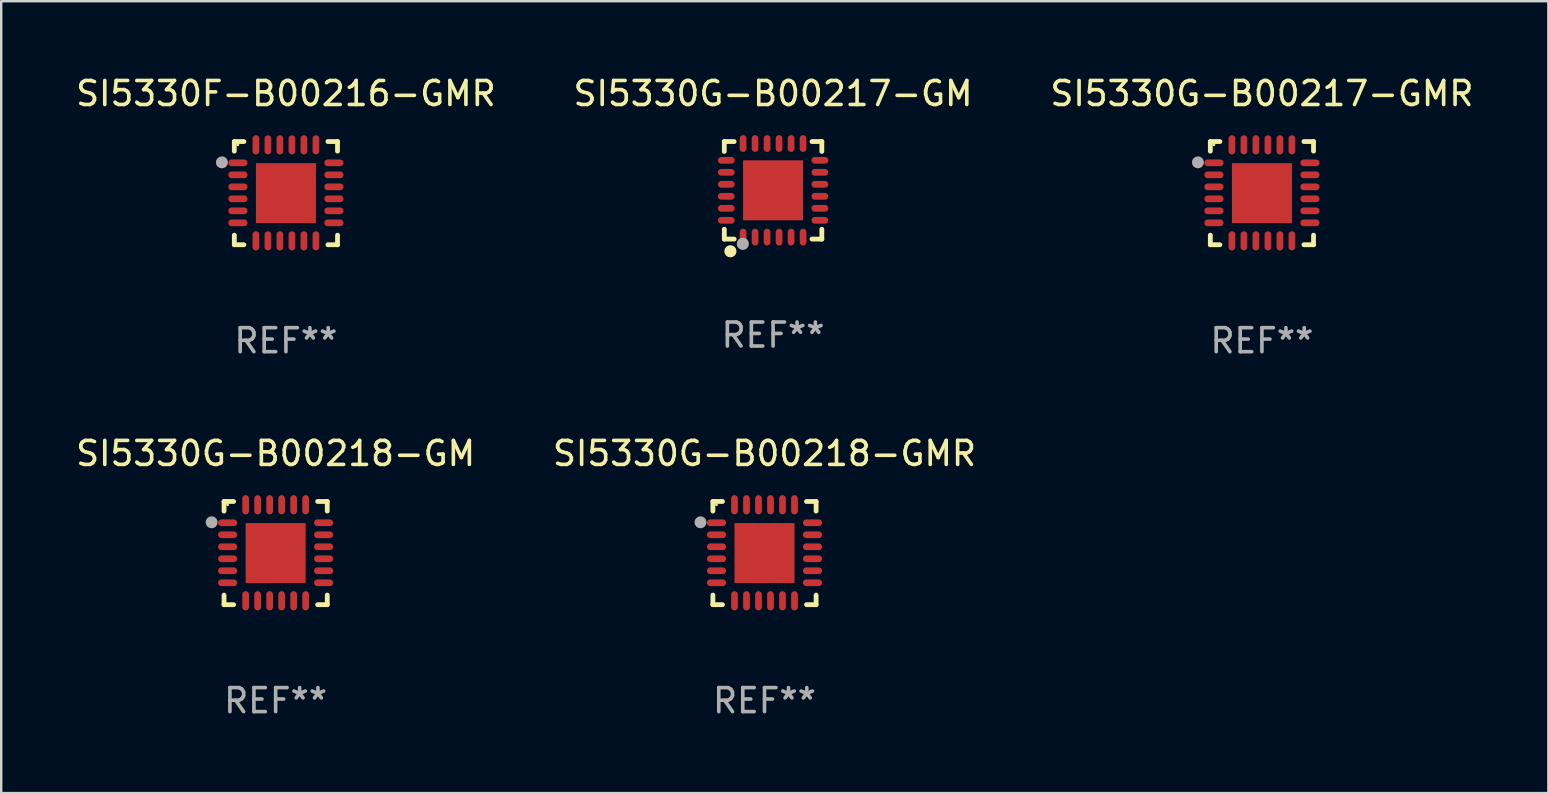
<source format=kicad_pcb>
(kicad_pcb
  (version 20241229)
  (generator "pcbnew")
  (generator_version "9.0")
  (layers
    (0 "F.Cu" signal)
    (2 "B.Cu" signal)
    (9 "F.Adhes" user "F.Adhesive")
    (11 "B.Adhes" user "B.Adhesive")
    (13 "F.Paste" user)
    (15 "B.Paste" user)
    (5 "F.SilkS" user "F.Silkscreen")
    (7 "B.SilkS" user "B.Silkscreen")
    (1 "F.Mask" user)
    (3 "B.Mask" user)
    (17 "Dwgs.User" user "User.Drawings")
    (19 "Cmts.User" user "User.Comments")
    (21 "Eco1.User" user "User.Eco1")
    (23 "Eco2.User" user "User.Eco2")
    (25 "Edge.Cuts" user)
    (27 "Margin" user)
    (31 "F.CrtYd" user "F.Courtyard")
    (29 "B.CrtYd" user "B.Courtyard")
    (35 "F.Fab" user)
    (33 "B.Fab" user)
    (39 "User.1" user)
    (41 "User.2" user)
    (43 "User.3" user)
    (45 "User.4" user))
  (footprint "SI5330G-B00218-GMR"
    (layer "F.Cu")
    (at 28.804 19.995)
    (property "Reference" "SI5330G-B00218-GMR" (at 0 -4.15 0) (layer "F.SilkS") (effects (font (size 1 1) (thickness 0.15))))
    (attr through_hole)
    (fp_line (start -2.15 -2.15) (end -1.75 -2.15) (stroke (width 0.2) (type solid)) (layer "F.SilkS"))
    (fp_line (start -2.15 -1.75) (end -2.15 -2.15) (stroke (width 0.2) (type solid)) (layer "F.SilkS"))
    (fp_line (start -2.15 2.15) (end -2.15 1.75) (stroke (width 0.2) (type solid)) (layer "F.SilkS"))
    (fp_line (start -1.75 2.15) (end -2.15 2.15) (stroke (width 0.2) (type solid)) (layer "F.SilkS"))
    (fp_line (start 1.75 -2.15) (end 2.15 -2.15) (stroke (width 0.2) (type solid)) (layer "F.SilkS"))
    (fp_line (start 1.75 2.15) (end 2.15 2.15) (stroke (width 0.2) (type solid)) (layer "F.SilkS"))
    (fp_line (start 2.15 -2.15) (end 2.15 -1.75) (stroke (width 0.2) (type solid)) (layer "F.SilkS"))
    (fp_line (start 2.15 2.15) (end 2.15 1.75) (stroke (width 0.2) (type solid)) (layer "F.SilkS"))
    (fp_circle (center -2 -2.013) (end -1.97 -2.013) (stroke (width 0.06) (type solid)) (fill no) (layer "F.SilkS"))
    (fp_circle (center -2.667 -1.283) (end -2.542 -1.283) (stroke (width 0.25) (type solid)) (fill no) (layer "F.Fab"))
    (fp_text user "REF**" (at 0 6.15 0) (layer "F.Fab") (effects (font (size 1 1) (thickness 0.15))))
    (pad "1" smd oval (at -2 -1.263) (size 0.8 0.28) (layers "F.Cu" "F.Mask" "F.Paste"))
    (pad "2" smd oval (at -2 -0.763) (size 0.8 0.28) (layers "F.Cu" "F.Mask" "F.Paste"))
    (pad "3" smd oval (at -2 -0.263) (size 0.8 0.28) (layers "F.Cu" "F.Mask" "F.Paste"))
    (pad "4" smd oval (at -2 0.237) (size 0.8 0.28) (layers "F.Cu" "F.Mask" "F.Paste"))
    (pad "5" smd oval (at -2 0.737) (size 0.8 0.28) (layers "F.Cu" "F.Mask" "F.Paste"))
    (pad "6" smd oval (at -2 1.237) (size 0.8 0.28) (layers "F.Cu" "F.Mask" "F.Paste"))
    (pad "7" smd oval (at -1.25 1.987) (size 0.28 0.8) (layers "F.Cu" "F.Mask" "F.Paste"))
    (pad "8" smd oval (at -0.75 1.987) (size 0.28 0.8) (layers "F.Cu" "F.Mask" "F.Paste"))
    (pad "9" smd oval (at -0.25 1.987) (size 0.28 0.8) (layers "F.Cu" "F.Mask" "F.Paste"))
    (pad "10" smd oval (at 0.25 1.987) (size 0.28 0.8) (layers "F.Cu" "F.Mask" "F.Paste"))
    (pad "11" smd oval (at 0.75 1.987) (size 0.28 0.8) (layers "F.Cu" "F.Mask" "F.Paste"))
    (pad "12" smd oval (at 1.25 1.987) (size 0.28 0.8) (layers "F.Cu" "F.Mask" "F.Paste"))
    (pad "13" smd oval (at 2 1.237) (size 0.8 0.28) (layers "F.Cu" "F.Mask" "F.Paste"))
    (pad "14" smd oval (at 2 0.737) (size 0.8 0.28) (layers "F.Cu" "F.Mask" "F.Paste"))
    (pad "15" smd oval (at 2 0.237) (size 0.8 0.28) (layers "F.Cu" "F.Mask" "F.Paste"))
    (pad "16" smd oval (at 2 -0.263) (size 0.8 0.28) (layers "F.Cu" "F.Mask" "F.Paste"))
    (pad "17" smd oval (at 2 -0.763) (size 0.8 0.28) (layers "F.Cu" "F.Mask" "F.Paste"))
    (pad "18" smd oval (at 2 -1.263) (size 0.8 0.28) (layers "F.Cu" "F.Mask" "F.Paste"))
    (pad "19" smd oval (at 1.25 -2.013) (size 0.28 0.8) (layers "F.Cu" "F.Mask" "F.Paste"))
    (pad "20" smd oval (at 0.75 -2.013) (size 0.28 0.8) (layers "F.Cu" "F.Mask" "F.Paste"))
    (pad "21" smd oval (at 0.25 -2.013) (size 0.28 0.8) (layers "F.Cu" "F.Mask" "F.Paste"))
    (pad "22" smd oval (at -0.25 -2.013) (size 0.28 0.8) (layers "F.Cu" "F.Mask" "F.Paste"))
    (pad "23" smd oval (at -0.75 -2.013) (size 0.28 0.8) (layers "F.Cu" "F.Mask" "F.Paste"))
    (pad "24" smd oval (at -1.25 -2.013) (size 0.28 0.8) (layers "F.Cu" "F.Mask" "F.Paste"))
    (pad "25" smd rect (at -0.000127 -0.00014) (size 2.5 2.5) (layers "F.Cu" "F.Mask" "F.Paste")))
  (footprint "SI5330G-B00218-GM"
    (layer "F.Cu")
    (at 8.435 19.995)
    (property "Reference" "SI5330G-B00218-GM" (at 0 -4.15 0) (layer "F.SilkS") (effects (font (size 1 1) (thickness 0.15))))
    (attr through_hole)
    (fp_line (start -2.15 -2.15) (end -1.75 -2.15) (stroke (width 0.2) (type solid)) (layer "F.SilkS"))
    (fp_line (start -2.15 -1.75) (end -2.15 -2.15) (stroke (width 0.2) (type solid)) (layer "F.SilkS"))
    (fp_line (start -2.15 2.15) (end -2.15 1.75) (stroke (width 0.2) (type solid)) (layer "F.SilkS"))
    (fp_line (start -1.75 2.15) (end -2.15 2.15) (stroke (width 0.2) (type solid)) (layer "F.SilkS"))
    (fp_line (start 1.75 -2.15) (end 2.15 -2.15) (stroke (width 0.2) (type solid)) (layer "F.SilkS"))
    (fp_line (start 1.75 2.15) (end 2.15 2.15) (stroke (width 0.2) (type solid)) (layer "F.SilkS"))
    (fp_line (start 2.15 -2.15) (end 2.15 -1.75) (stroke (width 0.2) (type solid)) (layer "F.SilkS"))
    (fp_line (start 2.15 2.15) (end 2.15 1.75) (stroke (width 0.2) (type solid)) (layer "F.SilkS"))
    (fp_circle (center -2 -2.013) (end -1.97 -2.013) (stroke (width 0.06) (type solid)) (fill no) (layer "F.SilkS"))
    (fp_circle (center -2.667 -1.283) (end -2.542 -1.283) (stroke (width 0.25) (type solid)) (fill no) (layer "F.Fab"))
    (fp_text user "REF**" (at 0 6.15 0) (layer "F.Fab") (effects (font (size 1 1) (thickness 0.15))))
    (pad "1" smd oval (at -2 -1.263) (size 0.8 0.28) (layers "F.Cu" "F.Mask" "F.Paste"))
    (pad "2" smd oval (at -2 -0.763) (size 0.8 0.28) (layers "F.Cu" "F.Mask" "F.Paste"))
    (pad "3" smd oval (at -2 -0.263) (size 0.8 0.28) (layers "F.Cu" "F.Mask" "F.Paste"))
    (pad "4" smd oval (at -2 0.237) (size 0.8 0.28) (layers "F.Cu" "F.Mask" "F.Paste"))
    (pad "5" smd oval (at -2 0.737) (size 0.8 0.28) (layers "F.Cu" "F.Mask" "F.Paste"))
    (pad "6" smd oval (at -2 1.237) (size 0.8 0.28) (layers "F.Cu" "F.Mask" "F.Paste"))
    (pad "7" smd oval (at -1.25 1.987) (size 0.28 0.8) (layers "F.Cu" "F.Mask" "F.Paste"))
    (pad "8" smd oval (at -0.75 1.987) (size 0.28 0.8) (layers "F.Cu" "F.Mask" "F.Paste"))
    (pad "9" smd oval (at -0.25 1.987) (size 0.28 0.8) (layers "F.Cu" "F.Mask" "F.Paste"))
    (pad "10" smd oval (at 0.25 1.987) (size 0.28 0.8) (layers "F.Cu" "F.Mask" "F.Paste"))
    (pad "11" smd oval (at 0.75 1.987) (size 0.28 0.8) (layers "F.Cu" "F.Mask" "F.Paste"))
    (pad "12" smd oval (at 1.25 1.987) (size 0.28 0.8) (layers "F.Cu" "F.Mask" "F.Paste"))
    (pad "13" smd oval (at 2 1.237) (size 0.8 0.28) (layers "F.Cu" "F.Mask" "F.Paste"))
    (pad "14" smd oval (at 2 0.737) (size 0.8 0.28) (layers "F.Cu" "F.Mask" "F.Paste"))
    (pad "15" smd oval (at 2 0.237) (size 0.8 0.28) (layers "F.Cu" "F.Mask" "F.Paste"))
    (pad "16" smd oval (at 2 -0.263) (size 0.8 0.28) (layers "F.Cu" "F.Mask" "F.Paste"))
    (pad "17" smd oval (at 2 -0.763) (size 0.8 0.28) (layers "F.Cu" "F.Mask" "F.Paste"))
    (pad "18" smd oval (at 2 -1.263) (size 0.8 0.28) (layers "F.Cu" "F.Mask" "F.Paste"))
    (pad "19" smd oval (at 1.25 -2.013) (size 0.28 0.8) (layers "F.Cu" "F.Mask" "F.Paste"))
    (pad "20" smd oval (at 0.75 -2.013) (size 0.28 0.8) (layers "F.Cu" "F.Mask" "F.Paste"))
    (pad "21" smd oval (at 0.25 -2.013) (size 0.28 0.8) (layers "F.Cu" "F.Mask" "F.Paste"))
    (pad "22" smd oval (at -0.25 -2.013) (size 0.28 0.8) (layers "F.Cu" "F.Mask" "F.Paste"))
    (pad "23" smd oval (at -0.75 -2.013) (size 0.28 0.8) (layers "F.Cu" "F.Mask" "F.Paste"))
    (pad "24" smd oval (at -1.25 -2.013) (size 0.28 0.8) (layers "F.Cu" "F.Mask" "F.Paste"))
    (pad "25" smd rect (at -0.000127 -0.00014) (size 2.5 2.5) (layers "F.Cu" "F.Mask" "F.Paste")))
  (footprint "SI5330G-B00217-GMR"
    (layer "F.Cu")
    (at 49.53 4.998)
    (property "Reference" "SI5330G-B00217-GMR" (at 0 -4.15 0) (layer "F.SilkS") (effects (font (size 1 1) (thickness 0.15))))
    (attr through_hole)
    (fp_line (start -2.15 -2.15) (end -1.75 -2.15) (stroke (width 0.2) (type solid)) (layer "F.SilkS"))
    (fp_line (start -2.15 -1.75) (end -2.15 -2.15) (stroke (width 0.2) (type solid)) (layer "F.SilkS"))
    (fp_line (start -2.15 2.15) (end -2.15 1.75) (stroke (width 0.2) (type solid)) (layer "F.SilkS"))
    (fp_line (start -1.75 2.15) (end -2.15 2.15) (stroke (width 0.2) (type solid)) (layer "F.SilkS"))
    (fp_line (start 1.75 -2.15) (end 2.15 -2.15) (stroke (width 0.2) (type solid)) (layer "F.SilkS"))
    (fp_line (start 1.75 2.15) (end 2.15 2.15) (stroke (width 0.2) (type solid)) (layer "F.SilkS"))
    (fp_line (start 2.15 -2.15) (end 2.15 -1.75) (stroke (width 0.2) (type solid)) (layer "F.SilkS"))
    (fp_line (start 2.15 2.15) (end 2.15 1.75) (stroke (width 0.2) (type solid)) (layer "F.SilkS"))
    (fp_circle (center -2 -2.013) (end -1.97 -2.013) (stroke (width 0.06) (type solid)) (fill no) (layer "F.SilkS"))
    (fp_circle (center -2.667 -1.283) (end -2.542 -1.283) (stroke (width 0.25) (type solid)) (fill no) (layer "F.Fab"))
    (fp_text user "REF**" (at 0 6.15 0) (layer "F.Fab") (effects (font (size 1 1) (thickness 0.15))))
    (pad "1" smd oval (at -2 -1.263) (size 0.8 0.28) (layers "F.Cu" "F.Mask" "F.Paste"))
    (pad "2" smd oval (at -2 -0.763) (size 0.8 0.28) (layers "F.Cu" "F.Mask" "F.Paste"))
    (pad "3" smd oval (at -2 -0.263) (size 0.8 0.28) (layers "F.Cu" "F.Mask" "F.Paste"))
    (pad "4" smd oval (at -2 0.237) (size 0.8 0.28) (layers "F.Cu" "F.Mask" "F.Paste"))
    (pad "5" smd oval (at -2 0.737) (size 0.8 0.28) (layers "F.Cu" "F.Mask" "F.Paste"))
    (pad "6" smd oval (at -2 1.237) (size 0.8 0.28) (layers "F.Cu" "F.Mask" "F.Paste"))
    (pad "7" smd oval (at -1.25 1.987) (size 0.28 0.8) (layers "F.Cu" "F.Mask" "F.Paste"))
    (pad "8" smd oval (at -0.75 1.987) (size 0.28 0.8) (layers "F.Cu" "F.Mask" "F.Paste"))
    (pad "9" smd oval (at -0.25 1.987) (size 0.28 0.8) (layers "F.Cu" "F.Mask" "F.Paste"))
    (pad "10" smd oval (at 0.25 1.987) (size 0.28 0.8) (layers "F.Cu" "F.Mask" "F.Paste"))
    (pad "11" smd oval (at 0.75 1.987) (size 0.28 0.8) (layers "F.Cu" "F.Mask" "F.Paste"))
    (pad "12" smd oval (at 1.25 1.987) (size 0.28 0.8) (layers "F.Cu" "F.Mask" "F.Paste"))
    (pad "13" smd oval (at 2 1.237) (size 0.8 0.28) (layers "F.Cu" "F.Mask" "F.Paste"))
    (pad "14" smd oval (at 2 0.737) (size 0.8 0.28) (layers "F.Cu" "F.Mask" "F.Paste"))
    (pad "15" smd oval (at 2 0.237) (size 0.8 0.28) (layers "F.Cu" "F.Mask" "F.Paste"))
    (pad "16" smd oval (at 2 -0.263) (size 0.8 0.28) (layers "F.Cu" "F.Mask" "F.Paste"))
    (pad "17" smd oval (at 2 -0.763) (size 0.8 0.28) (layers "F.Cu" "F.Mask" "F.Paste"))
    (pad "18" smd oval (at 2 -1.263) (size 0.8 0.28) (layers "F.Cu" "F.Mask" "F.Paste"))
    (pad "19" smd oval (at 1.25 -2.013) (size 0.28 0.8) (layers "F.Cu" "F.Mask" "F.Paste"))
    (pad "20" smd oval (at 0.75 -2.013) (size 0.28 0.8) (layers "F.Cu" "F.Mask" "F.Paste"))
    (pad "21" smd oval (at 0.25 -2.013) (size 0.28 0.8) (layers "F.Cu" "F.Mask" "F.Paste"))
    (pad "22" smd oval (at -0.25 -2.013) (size 0.28 0.8) (layers "F.Cu" "F.Mask" "F.Paste"))
    (pad "23" smd oval (at -0.75 -2.013) (size 0.28 0.8) (layers "F.Cu" "F.Mask" "F.Paste"))
    (pad "24" smd oval (at -1.25 -2.013) (size 0.28 0.8) (layers "F.Cu" "F.Mask" "F.Paste"))
    (pad "25" smd rect (at -0.000127 -0.00014) (size 2.5 2.5) (layers "F.Cu" "F.Mask" "F.Paste")))
  (footprint "SI5330F-B00216-GMR"
    (layer "F.Cu")
    (at 8.863 4.998)
    (property "Reference" "SI5330F-B00216-GMR" (at 0 -4.15 0) (layer "F.SilkS") (effects (font (size 1 1) (thickness 0.15))))
    (attr through_hole)
    (fp_line (start -2.15 -2.15) (end -1.75 -2.15) (stroke (width 0.2) (type solid)) (layer "F.SilkS"))
    (fp_line (start -2.15 -1.75) (end -2.15 -2.15) (stroke (width 0.2) (type solid)) (layer "F.SilkS"))
    (fp_line (start -2.15 2.15) (end -2.15 1.75) (stroke (width 0.2) (type solid)) (layer "F.SilkS"))
    (fp_line (start -1.75 2.15) (end -2.15 2.15) (stroke (width 0.2) (type solid)) (layer "F.SilkS"))
    (fp_line (start 1.75 -2.15) (end 2.15 -2.15) (stroke (width 0.2) (type solid)) (layer "F.SilkS"))
    (fp_line (start 1.75 2.15) (end 2.15 2.15) (stroke (width 0.2) (type solid)) (layer "F.SilkS"))
    (fp_line (start 2.15 -2.15) (end 2.15 -1.75) (stroke (width 0.2) (type solid)) (layer "F.SilkS"))
    (fp_line (start 2.15 2.15) (end 2.15 1.75) (stroke (width 0.2) (type solid)) (layer "F.SilkS"))
    (fp_circle (center -2 -2.013) (end -1.97 -2.013) (stroke (width 0.06) (type solid)) (fill no) (layer "F.SilkS"))
    (fp_circle (center -2.667 -1.283) (end -2.542 -1.283) (stroke (width 0.25) (type solid)) (fill no) (layer "F.Fab"))
    (fp_text user "REF**" (at 0 6.15 0) (layer "F.Fab") (effects (font (size 1 1) (thickness 0.15))))
    (pad "1" smd oval (at -2 -1.263) (size 0.8 0.28) (layers "F.Cu" "F.Mask" "F.Paste"))
    (pad "2" smd oval (at -2 -0.763) (size 0.8 0.28) (layers "F.Cu" "F.Mask" "F.Paste"))
    (pad "3" smd oval (at -2 -0.263) (size 0.8 0.28) (layers "F.Cu" "F.Mask" "F.Paste"))
    (pad "4" smd oval (at -2 0.237) (size 0.8 0.28) (layers "F.Cu" "F.Mask" "F.Paste"))
    (pad "5" smd oval (at -2 0.737) (size 0.8 0.28) (layers "F.Cu" "F.Mask" "F.Paste"))
    (pad "6" smd oval (at -2 1.237) (size 0.8 0.28) (layers "F.Cu" "F.Mask" "F.Paste"))
    (pad "7" smd oval (at -1.25 1.987) (size 0.28 0.8) (layers "F.Cu" "F.Mask" "F.Paste"))
    (pad "8" smd oval (at -0.75 1.987) (size 0.28 0.8) (layers "F.Cu" "F.Mask" "F.Paste"))
    (pad "9" smd oval (at -0.25 1.987) (size 0.28 0.8) (layers "F.Cu" "F.Mask" "F.Paste"))
    (pad "10" smd oval (at 0.25 1.987) (size 0.28 0.8) (layers "F.Cu" "F.Mask" "F.Paste"))
    (pad "11" smd oval (at 0.75 1.987) (size 0.28 0.8) (layers "F.Cu" "F.Mask" "F.Paste"))
    (pad "12" smd oval (at 1.25 1.987) (size 0.28 0.8) (layers "F.Cu" "F.Mask" "F.Paste"))
    (pad "13" smd oval (at 2 1.237) (size 0.8 0.28) (layers "F.Cu" "F.Mask" "F.Paste"))
    (pad "14" smd oval (at 2 0.737) (size 0.8 0.28) (layers "F.Cu" "F.Mask" "F.Paste"))
    (pad "15" smd oval (at 2 0.237) (size 0.8 0.28) (layers "F.Cu" "F.Mask" "F.Paste"))
    (pad "16" smd oval (at 2 -0.263) (size 0.8 0.28) (layers "F.Cu" "F.Mask" "F.Paste"))
    (pad "17" smd oval (at 2 -0.763) (size 0.8 0.28) (layers "F.Cu" "F.Mask" "F.Paste"))
    (pad "18" smd oval (at 2 -1.263) (size 0.8 0.28) (layers "F.Cu" "F.Mask" "F.Paste"))
    (pad "19" smd oval (at 1.25 -2.013) (size 0.28 0.8) (layers "F.Cu" "F.Mask" "F.Paste"))
    (pad "20" smd oval (at 0.75 -2.013) (size 0.28 0.8) (layers "F.Cu" "F.Mask" "F.Paste"))
    (pad "21" smd oval (at 0.25 -2.013) (size 0.28 0.8) (layers "F.Cu" "F.Mask" "F.Paste"))
    (pad "22" smd oval (at -0.25 -2.013) (size 0.28 0.8) (layers "F.Cu" "F.Mask" "F.Paste"))
    (pad "23" smd oval (at -0.75 -2.013) (size 0.28 0.8) (layers "F.Cu" "F.Mask" "F.Paste"))
    (pad "24" smd oval (at -1.25 -2.013) (size 0.28 0.8) (layers "F.Cu" "F.Mask" "F.Paste"))
    (pad "25" smd rect (at -0.000127 -0.00014) (size 2.5 2.5) (layers "F.Cu" "F.Mask" "F.Paste")))
  (footprint "SI5330G-B00217-GM"
    (layer "F.Cu")
    (at 29.161 4.88)
    (property "Reference" "SI5330G-B00217-GM" (at 0 -4.032 0) (layer "F.SilkS") (effects (font (size 1 1) (thickness 0.15))))
    (attr through_hole)
    (fp_line (start -2.032 -2.032) (end -1.621 -2.032) (stroke (width 0.2) (type solid)) (layer "F.SilkS"))
    (fp_line (start -2.032 -1.621) (end -2.032 -2.032) (stroke (width 0.2) (type solid)) (layer "F.SilkS"))
    (fp_line (start -2.032 2.032) (end -2.032 1.621) (stroke (width 0.2) (type solid)) (layer "F.SilkS"))
    (fp_line (start -1.621 2.032) (end -2.032 2.032) (stroke (width 0.2) (type solid)) (layer "F.SilkS"))
    (fp_line (start 1.621 -2.032) (end 2.032 -2.032) (stroke (width 0.2) (type solid)) (layer "F.SilkS"))
    (fp_line (start 2.032 -2.032) (end 2.032 -1.621) (stroke (width 0.2) (type solid)) (layer "F.SilkS"))
    (fp_line (start 2.032 1.621) (end 2.032 2.032) (stroke (width 0.2) (type solid)) (layer "F.SilkS"))
    (fp_line (start 2.032 2.032) (end 1.621 2.032) (stroke (width 0.2) (type solid)) (layer "F.SilkS"))
    (fp_circle (center -2 2) (end -1.97 2) (stroke (width 0.06) (type solid)) (fill no) (layer "F.SilkS"))
    (fp_circle (center -1.778 2.54) (end -1.651 2.54) (stroke (width 0.254) (type solid)) (fill no) (layer "F.SilkS"))
    (fp_circle (center -1.26 2.23) (end -1.133 2.23) (stroke (width 0.254) (type solid)) (fill no) (layer "F.Fab"))
    (fp_text user "REF**" (at 0 6.032 0) (layer "F.Fab") (effects (font (size 1 1) (thickness 0.15))))
    (pad "1" smd oval (at -1.25 1.95 180) (size 0.28 0.7) (layers "F.Cu" "F.Mask" "F.Paste"))
    (pad "2" smd oval (at -0.75 1.95 180) (size 0.28 0.7) (layers "F.Cu" "F.Mask" "F.Paste"))
    (pad "3" smd oval (at -0.25 1.95 180) (size 0.28 0.7) (layers "F.Cu" "F.Mask" "F.Paste"))
    (pad "4" smd oval (at 0.25 1.95 180) (size 0.28 0.7) (layers "F.Cu" "F.Mask" "F.Paste"))
    (pad "5" smd oval (at 0.75 1.95 180) (size 0.28 0.7) (layers "F.Cu" "F.Mask" "F.Paste"))
    (pad "6" smd oval (at 1.25 1.95 180) (size 0.28 0.7) (layers "F.Cu" "F.Mask" "F.Paste"))
    (pad "7" smd oval (at 1.95 1.25 270) (size 0.28 0.7) (layers "F.Cu" "F.Mask" "F.Paste"))
    (pad "8" smd oval (at 1.95 0.75 270) (size 0.28 0.7) (layers "F.Cu" "F.Mask" "F.Paste"))
    (pad "9" smd oval (at 1.95 0.25 270) (size 0.28 0.7) (layers "F.Cu" "F.Mask" "F.Paste"))
    (pad "10" smd oval (at 1.95 -0.25 270) (size 0.28 0.7) (layers "F.Cu" "F.Mask" "F.Paste"))
    (pad "11" smd oval (at 1.95 -0.75 270) (size 0.28 0.7) (layers "F.Cu" "F.Mask" "F.Paste"))
    (pad "12" smd oval (at 1.95 -1.25 270) (size 0.28 0.7) (layers "F.Cu" "F.Mask" "F.Paste"))
    (pad "13" smd oval (at 1.25 -1.95) (size 0.28 0.7) (layers "F.Cu" "F.Mask" "F.Paste"))
    (pad "14" smd oval (at 0.75 -1.95) (size 0.28 0.7) (layers "F.Cu" "F.Mask" "F.Paste"))
    (pad "15" smd oval (at 0.25 -1.95) (size 0.28 0.7) (layers "F.Cu" "F.Mask" "F.Paste"))
    (pad "16" smd oval (at -0.25 -1.95) (size 0.28 0.7) (layers "F.Cu" "F.Mask" "F.Paste"))
    (pad "17" smd oval (at -0.75 -1.95) (size 0.28 0.7) (layers "F.Cu" "F.Mask" "F.Paste"))
    (pad "18" smd oval (at -1.25 -1.95) (size 0.28 0.7) (layers "F.Cu" "F.Mask" "F.Paste"))
    (pad "19" smd oval (at -1.95 -1.25 90) (size 0.28 0.7) (layers "F.Cu" "F.Mask" "F.Paste"))
    (pad "20" smd oval (at -1.95 -0.75 90) (size 0.28 0.7) (layers "F.Cu" "F.Mask" "F.Paste"))
    (pad "21" smd oval (at -1.95 -0.25 90) (size 0.28 0.7) (layers "F.Cu" "F.Mask" "F.Paste"))
    (pad "22" smd oval (at -1.95 0.25 90) (size 0.28 0.7) (layers "F.Cu" "F.Mask" "F.Paste"))
    (pad "23" smd oval (at -1.95 0.75 90) (size 0.28 0.7) (layers "F.Cu" "F.Mask" "F.Paste"))
    (pad "24" smd oval (at -1.95 1.25 90) (size 0.28 0.7) (layers "F.Cu" "F.Mask" "F.Paste"))
    (pad "25" smd rect (at -0.000178 0.000025 90) (size 2.5 2.5) (layers "F.Cu" "F.Mask" "F.Paste")))
  (gr_rect
    (start -3 -3)
    (end 61.464 29.993)
    (stroke (width 0.1) (type default))
    (fill no)
    (layer "Edge.Cuts")))
</source>
